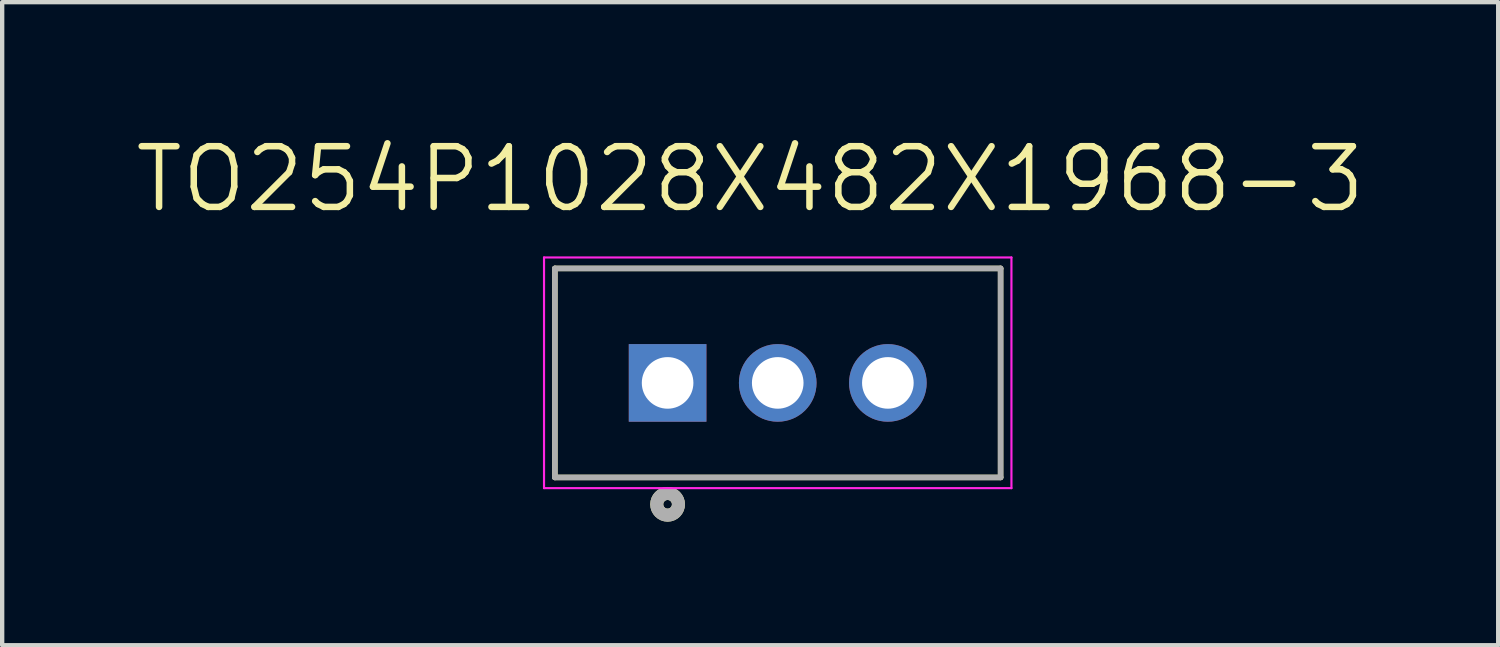
<source format=kicad_pcb>
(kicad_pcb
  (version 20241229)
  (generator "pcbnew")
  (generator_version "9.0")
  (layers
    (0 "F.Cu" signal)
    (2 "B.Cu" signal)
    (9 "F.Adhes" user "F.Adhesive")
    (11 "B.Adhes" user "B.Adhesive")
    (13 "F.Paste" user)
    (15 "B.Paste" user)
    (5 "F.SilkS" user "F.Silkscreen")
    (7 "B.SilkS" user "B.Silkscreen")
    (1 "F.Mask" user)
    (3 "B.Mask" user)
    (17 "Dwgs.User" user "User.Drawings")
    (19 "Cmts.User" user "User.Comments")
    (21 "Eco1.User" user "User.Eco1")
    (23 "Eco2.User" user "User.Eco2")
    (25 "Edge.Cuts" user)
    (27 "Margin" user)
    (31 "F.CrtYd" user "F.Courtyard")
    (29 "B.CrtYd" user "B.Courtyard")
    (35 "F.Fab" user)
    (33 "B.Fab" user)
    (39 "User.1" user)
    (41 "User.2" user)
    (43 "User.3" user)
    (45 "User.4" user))
  (footprint "TO254P1028X482X1968-3"
    (layer "F.Cu")
    (at 12.347 5.781)
    (property "Reference" "TO254P1028X482X1968-3" (at 1.905 -4.699 0) (layer "F.SilkS") (effects (font (size 1.4 1.4) (thickness 0.15))))
    (attr through_hole)
    (fp_line (start -2.6 -2.64) (end 7.68 -2.64) (stroke (width 0.127) (type solid)) (layer "F.SilkS"))
    (fp_line (start -2.6 2.18) (end -2.6 -2.64) (stroke (width 0.127) (type solid)) (layer "F.SilkS"))
    (fp_line (start 7.68 -2.64) (end 7.68 2.18) (stroke (width 0.127) (type solid)) (layer "F.SilkS"))
    (fp_line (start 7.68 2.18) (end -2.6 2.18) (stroke (width 0.127) (type solid)) (layer "F.SilkS"))
    (fp_circle (center 0 2.8) (end 0.1 2.8) (stroke (width 0.3) (type solid)) (fill no) (layer "F.SilkS"))
    (fp_line (start -2.85 -2.893) (end 7.93 -2.893) (stroke (width 0.05) (type solid)) (layer "F.CrtYd"))
    (fp_line (start -2.85 2.427) (end -2.85 -2.893) (stroke (width 0.05) (type solid)) (layer "F.CrtYd"))
    (fp_line (start 7.93 -2.893) (end 7.93 2.427) (stroke (width 0.05) (type solid)) (layer "F.CrtYd"))
    (fp_line (start 7.93 2.427) (end -2.85 2.427) (stroke (width 0.05) (type solid)) (layer "F.CrtYd"))
    (fp_line (start -2.6 -2.64) (end 7.68 -2.64) (stroke (width 0.127) (type solid)) (layer "F.Fab"))
    (fp_line (start -2.6 2.18) (end -2.6 -2.64) (stroke (width 0.127) (type solid)) (layer "F.Fab"))
    (fp_line (start 7.68 -2.64) (end 7.68 2.18) (stroke (width 0.127) (type solid)) (layer "F.Fab"))
    (fp_line (start 7.68 2.18) (end -2.6 2.18) (stroke (width 0.127) (type solid)) (layer "F.Fab"))
    (fp_circle (center 0 2.8) (end 0.1 2.8) (stroke (width 0.3) (type solid)) (fill no) (layer "F.Fab"))
    (pad "1" thru_hole rect (at 0 0) (size 1.79 1.79) (drill 1.19) (layers "*.Cu" "*.Mask"))
    (pad "2" thru_hole circle (at 2.54 0) (size 1.79 1.79) (drill 1.19) (layers "*.Cu" "*.Mask"))
    (pad "3" thru_hole circle (at 5.08 0) (size 1.79 1.79) (drill 1.19) (layers "*.Cu" "*.Mask")))
  (gr_rect
    (start -3 -3)
    (end 31.503 11.831)
    (stroke (width 0.1) (type default))
    (fill no)
    (layer "Edge.Cuts")))
</source>
